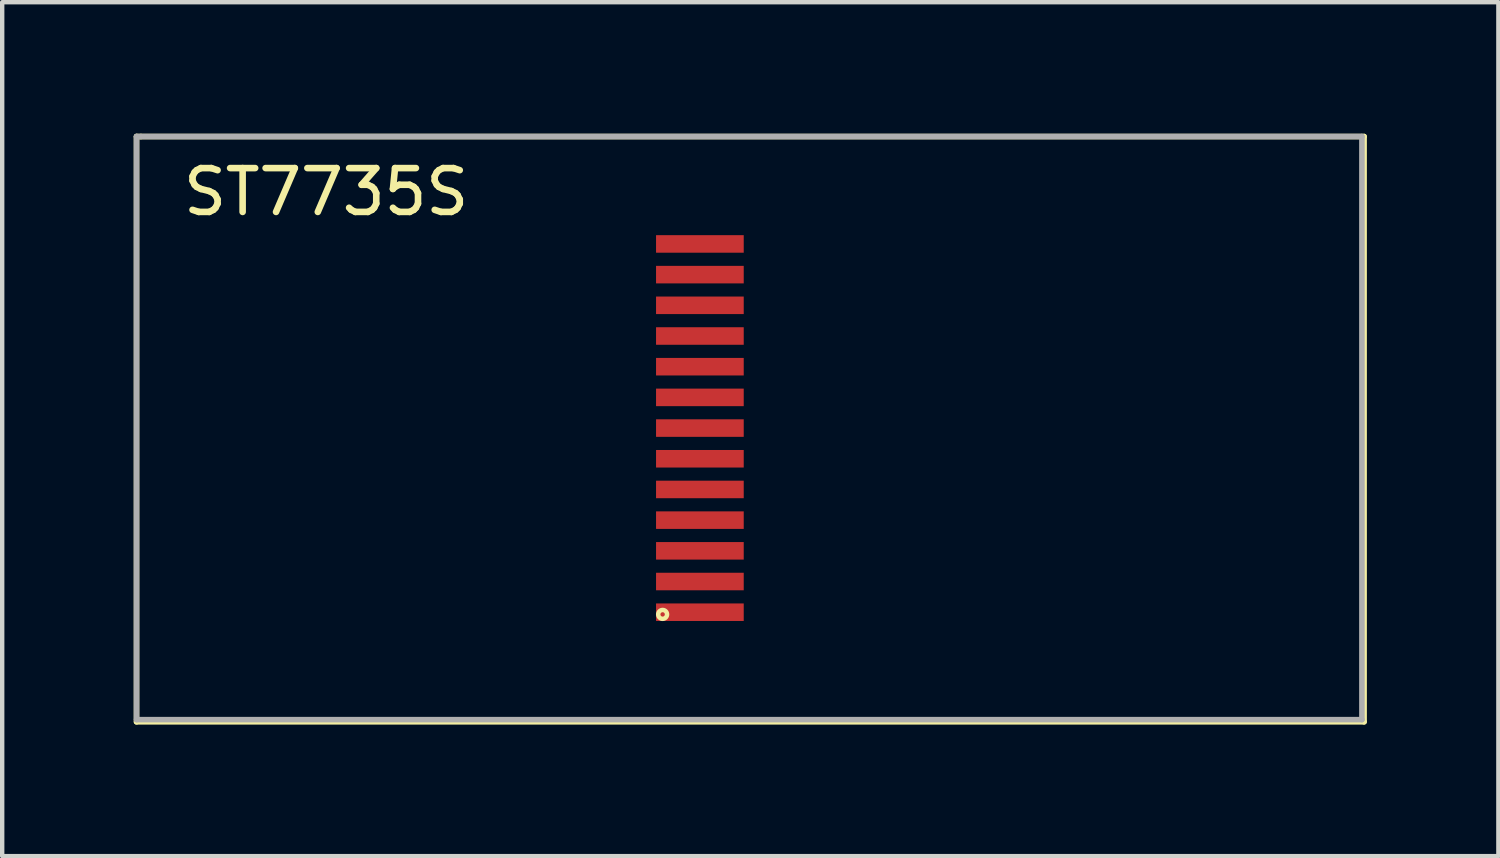
<source format=kicad_pcb>
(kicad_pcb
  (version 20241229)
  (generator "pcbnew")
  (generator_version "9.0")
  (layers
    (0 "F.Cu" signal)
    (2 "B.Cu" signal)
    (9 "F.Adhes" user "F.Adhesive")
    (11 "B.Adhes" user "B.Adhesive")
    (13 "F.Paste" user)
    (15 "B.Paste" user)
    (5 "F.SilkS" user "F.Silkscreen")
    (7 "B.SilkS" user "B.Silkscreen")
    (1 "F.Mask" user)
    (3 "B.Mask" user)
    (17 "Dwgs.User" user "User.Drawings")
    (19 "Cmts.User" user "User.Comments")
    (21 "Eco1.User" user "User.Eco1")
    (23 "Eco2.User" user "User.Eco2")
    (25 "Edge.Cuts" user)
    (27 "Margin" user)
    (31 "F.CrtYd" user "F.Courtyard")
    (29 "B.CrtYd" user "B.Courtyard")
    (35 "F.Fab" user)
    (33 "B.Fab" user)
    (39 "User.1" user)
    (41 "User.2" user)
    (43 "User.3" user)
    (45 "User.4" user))
  (footprint "ST7735S"
    (layer "F.Cu")
    (at 12.914 2.514)
    (property "Reference" "ST7735S" (at -8.525 -1.185 0) (layer "F.SilkS") (effects (font (size 1 1) (thickness 0.15))))
    (attr through_hole)
    (fp_line (start -12.85 -2.45) (end -12.75 -2.45) (stroke (width 0.127) (type solid)) (layer "F.SilkS"))
    (fp_line (start -12.85 10.9) (end -12.85 -2.45) (stroke (width 0.127) (type solid)) (layer "F.SilkS"))
    (fp_line (start -12.75 -2.45) (end 15.15 -2.45) (stroke (width 0.127) (type solid)) (layer "F.SilkS"))
    (fp_line (start 15.15 -2.45) (end 15.15 10.9) (stroke (width 0.127) (type solid)) (layer "F.SilkS"))
    (fp_line (start 15.15 10.9) (end -12.85 10.9) (stroke (width 0.127) (type solid)) (layer "F.SilkS"))
    (fp_circle (center -0.85 8.45) (end -0.8 8.45) (stroke (width 0.102) (type solid)) (fill no) (layer "F.SilkS"))
    (fp_line (start -12.85 -2.45) (end -12.85 10.85) (stroke (width 0.127) (type solid)) (layer "F.Fab"))
    (fp_line (start -12.85 10.85) (end 15.1 10.85) (stroke (width 0.127) (type solid)) (layer "F.Fab"))
    (fp_line (start 15.1 -2.45) (end -12.85 -2.45) (stroke (width 0.127) (type solid)) (layer "F.Fab"))
    (fp_line (start 15.1 10.85) (end 15.1 -2.45) (stroke (width 0.127) (type solid)) (layer "F.Fab"))
    (pad "1" smd rect (at 0 8.4) (size 2 0.4) (layers "F.Cu" "F.Mask" "F.Paste"))
    (pad "2" smd rect (at 0 7.7) (size 2 0.4) (layers "F.Cu" "F.Mask" "F.Paste"))
    (pad "3" smd rect (at 0 7) (size 2 0.4) (layers "F.Cu" "F.Mask" "F.Paste"))
    (pad "4" smd rect (at 0 6.3) (size 2 0.4) (layers "F.Cu" "F.Mask" "F.Paste"))
    (pad "5" smd rect (at 0 5.6) (size 2 0.4) (layers "F.Cu" "F.Mask" "F.Paste"))
    (pad "6" smd rect (at 0 4.9) (size 2 0.4) (layers "F.Cu" "F.Mask" "F.Paste"))
    (pad "7" smd rect (at 0 4.2) (size 2 0.4) (layers "F.Cu" "F.Mask" "F.Paste"))
    (pad "8" smd rect (at 0 3.5) (size 2 0.4) (layers "F.Cu" "F.Mask" "F.Paste"))
    (pad "9" smd rect (at 0 2.8) (size 2 0.4) (layers "F.Cu" "F.Mask" "F.Paste"))
    (pad "10" smd rect (at 0 2.1) (size 2 0.4) (layers "F.Cu" "F.Mask" "F.Paste"))
    (pad "11" smd rect (at 0 1.4) (size 2 0.4) (layers "F.Cu" "F.Mask" "F.Paste"))
    (pad "12" smd rect (at 0 0.7) (size 2 0.4) (layers "F.Cu" "F.Mask" "F.Paste"))
    (pad "13" smd rect (at 0 0) (size 2 0.4) (layers "F.Cu" "F.Mask" "F.Paste")))
  (gr_rect
    (start -3 -3)
    (end 31.127 16.477)
    (stroke (width 0.1) (type default))
    (fill no)
    (layer "Edge.Cuts")))
</source>
